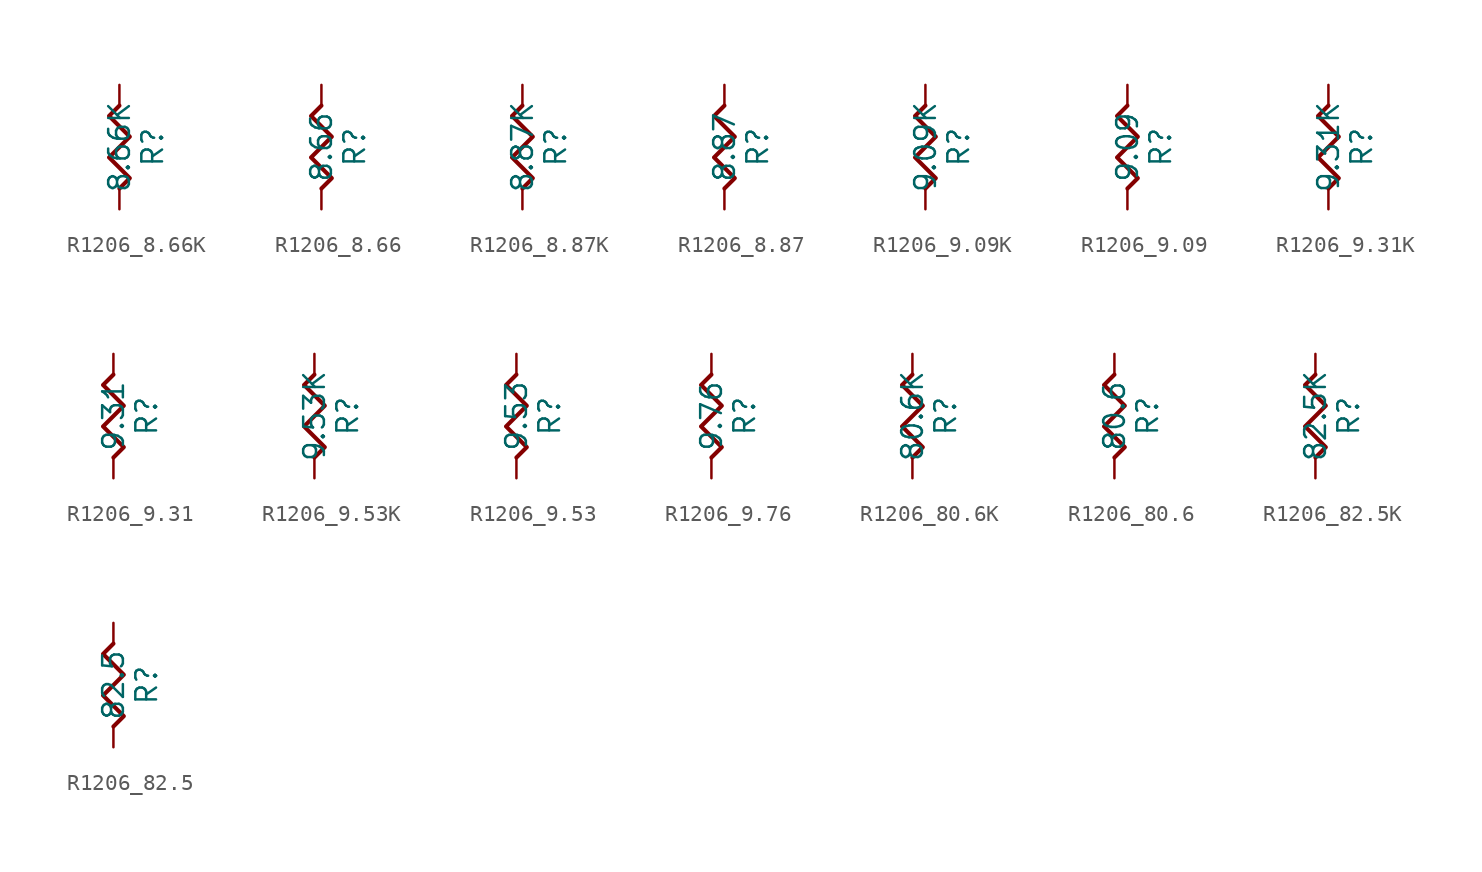
<source format=kicad_sym>
(kicad_symbol_lib
  (version 20211014)
  (generator atlantix-eda)
  (symbol "R1206_8.66K"
    (pin_numbers hide)
    (pin_names
      (offset 0))
    (property "Reference" "R"
      (at 2.032 0 90)
      (effects (font (size 1.27 1.27))))
    (property "Value" "8.66K"
      (at 0 0 90)
      (effects (font (size 1.27 1.27))))
    (symbol "R1206_8.66K_0_1"
      (polyline (pts (xy 0 -2.54) (xy 0.635 -1.905) (xy -0.635 -0.635) (xy 0.635 0.635) (xy -0.635 1.905) (xy 0 2.54)) (stroke (width 0.254) (type default) (color 0 0 0 0)) (fill (type none))))
    (symbol "R1206_8.66K_1_1"
      (pin passive line (at 0 3.81 270) (length 1.27) (name "~" (effects (font (size 1.27 1.27)))) (number "1" (effects (font (size 1.27 1.27)))))
      (pin passive line (at 0 -3.81 90) (length 1.27) (name "~" (effects (font (size 1.27 1.27)))) (number "2" (effects (font (size 1.27 1.27)))))))
  (symbol "R1206_8.66"
    (pin_numbers hide)
    (pin_names
      (offset 0))
    (property "Reference" "R"
      (at 2.032 0 90)
      (effects (font (size 1.27 1.27))))
    (property "Value" "8.66"
      (at 0 0 90)
      (effects (font (size 1.27 1.27))))
    (symbol "R1206_8.66_0_1"
      (polyline (pts (xy 0 -2.54) (xy 0.635 -1.905) (xy -0.635 -0.635) (xy 0.635 0.635) (xy -0.635 1.905) (xy 0 2.54)) (stroke (width 0.254) (type default) (color 0 0 0 0)) (fill (type none))))
    (symbol "R1206_8.66_1_1"
      (pin passive line (at 0 3.81 270) (length 1.27) (name "~" (effects (font (size 1.27 1.27)))) (number "1" (effects (font (size 1.27 1.27)))))
      (pin passive line (at 0 -3.81 90) (length 1.27) (name "~" (effects (font (size 1.27 1.27)))) (number "2" (effects (font (size 1.27 1.27)))))))
  (symbol "R1206_8.87K"
    (pin_numbers hide)
    (pin_names
      (offset 0))
    (property "Reference" "R"
      (at 2.032 0 90)
      (effects (font (size 1.27 1.27))))
    (property "Value" "8.87K"
      (at 0 0 90)
      (effects (font (size 1.27 1.27))))
    (symbol "R1206_8.87K_0_1"
      (polyline (pts (xy 0 -2.54) (xy 0.635 -1.905) (xy -0.635 -0.635) (xy 0.635 0.635) (xy -0.635 1.905) (xy 0 2.54)) (stroke (width 0.254) (type default) (color 0 0 0 0)) (fill (type none))))
    (symbol "R1206_8.87K_1_1"
      (pin passive line (at 0 3.81 270) (length 1.27) (name "~" (effects (font (size 1.27 1.27)))) (number "1" (effects (font (size 1.27 1.27)))))
      (pin passive line (at 0 -3.81 90) (length 1.27) (name "~" (effects (font (size 1.27 1.27)))) (number "2" (effects (font (size 1.27 1.27)))))))
  (symbol "R1206_8.87"
    (pin_numbers hide)
    (pin_names
      (offset 0))
    (property "Reference" "R"
      (at 2.032 0 90)
      (effects (font (size 1.27 1.27))))
    (property "Value" "8.87"
      (at 0 0 90)
      (effects (font (size 1.27 1.27))))
    (symbol "R1206_8.87_0_1"
      (polyline (pts (xy 0 -2.54) (xy 0.635 -1.905) (xy -0.635 -0.635) (xy 0.635 0.635) (xy -0.635 1.905) (xy 0 2.54)) (stroke (width 0.254) (type default) (color 0 0 0 0)) (fill (type none))))
    (symbol "R1206_8.87_1_1"
      (pin passive line (at 0 3.81 270) (length 1.27) (name "~" (effects (font (size 1.27 1.27)))) (number "1" (effects (font (size 1.27 1.27)))))
      (pin passive line (at 0 -3.81 90) (length 1.27) (name "~" (effects (font (size 1.27 1.27)))) (number "2" (effects (font (size 1.27 1.27)))))))
  (symbol "R1206_9.09K"
    (pin_numbers hide)
    (pin_names
      (offset 0))
    (property "Reference" "R"
      (at 2.032 0 90)
      (effects (font (size 1.27 1.27))))
    (property "Value" "9.09K"
      (at 0 0 90)
      (effects (font (size 1.27 1.27))))
    (symbol "R1206_9.09K_0_1"
      (polyline (pts (xy 0 -2.54) (xy 0.635 -1.905) (xy -0.635 -0.635) (xy 0.635 0.635) (xy -0.635 1.905) (xy 0 2.54)) (stroke (width 0.254) (type default) (color 0 0 0 0)) (fill (type none))))
    (symbol "R1206_9.09K_1_1"
      (pin passive line (at 0 3.81 270) (length 1.27) (name "~" (effects (font (size 1.27 1.27)))) (number "1" (effects (font (size 1.27 1.27)))))
      (pin passive line (at 0 -3.81 90) (length 1.27) (name "~" (effects (font (size 1.27 1.27)))) (number "2" (effects (font (size 1.27 1.27)))))))
  (symbol "R1206_9.09"
    (pin_numbers hide)
    (pin_names
      (offset 0))
    (property "Reference" "R"
      (at 2.032 0 90)
      (effects (font (size 1.27 1.27))))
    (property "Value" "9.09"
      (at 0 0 90)
      (effects (font (size 1.27 1.27))))
    (symbol "R1206_9.09_0_1"
      (polyline (pts (xy 0 -2.54) (xy 0.635 -1.905) (xy -0.635 -0.635) (xy 0.635 0.635) (xy -0.635 1.905) (xy 0 2.54)) (stroke (width 0.254) (type default) (color 0 0 0 0)) (fill (type none))))
    (symbol "R1206_9.09_1_1"
      (pin passive line (at 0 3.81 270) (length 1.27) (name "~" (effects (font (size 1.27 1.27)))) (number "1" (effects (font (size 1.27 1.27)))))
      (pin passive line (at 0 -3.81 90) (length 1.27) (name "~" (effects (font (size 1.27 1.27)))) (number "2" (effects (font (size 1.27 1.27)))))))
  (symbol "R1206_9.31K"
    (pin_numbers hide)
    (pin_names
      (offset 0))
    (property "Reference" "R"
      (at 2.032 0 90)
      (effects (font (size 1.27 1.27))))
    (property "Value" "9.31K"
      (at 0 0 90)
      (effects (font (size 1.27 1.27))))
    (symbol "R1206_9.31K_0_1"
      (polyline (pts (xy 0 -2.54) (xy 0.635 -1.905) (xy -0.635 -0.635) (xy 0.635 0.635) (xy -0.635 1.905) (xy 0 2.54)) (stroke (width 0.254) (type default) (color 0 0 0 0)) (fill (type none))))
    (symbol "R1206_9.31K_1_1"
      (pin passive line (at 0 3.81 270) (length 1.27) (name "~" (effects (font (size 1.27 1.27)))) (number "1" (effects (font (size 1.27 1.27)))))
      (pin passive line (at 0 -3.81 90) (length 1.27) (name "~" (effects (font (size 1.27 1.27)))) (number "2" (effects (font (size 1.27 1.27)))))))
  (symbol "R1206_9.31"
    (pin_numbers hide)
    (pin_names
      (offset 0))
    (property "Reference" "R"
      (at 2.032 0 90)
      (effects (font (size 1.27 1.27))))
    (property "Value" "9.31"
      (at 0 0 90)
      (effects (font (size 1.27 1.27))))
    (symbol "R1206_9.31_0_1"
      (polyline (pts (xy 0 -2.54) (xy 0.635 -1.905) (xy -0.635 -0.635) (xy 0.635 0.635) (xy -0.635 1.905) (xy 0 2.54)) (stroke (width 0.254) (type default) (color 0 0 0 0)) (fill (type none))))
    (symbol "R1206_9.31_1_1"
      (pin passive line (at 0 3.81 270) (length 1.27) (name "~" (effects (font (size 1.27 1.27)))) (number "1" (effects (font (size 1.27 1.27)))))
      (pin passive line (at 0 -3.81 90) (length 1.27) (name "~" (effects (font (size 1.27 1.27)))) (number "2" (effects (font (size 1.27 1.27)))))))
  (symbol "R1206_9.53K"
    (pin_numbers hide)
    (pin_names
      (offset 0))
    (property "Reference" "R"
      (at 2.032 0 90)
      (effects (font (size 1.27 1.27))))
    (property "Value" "9.53K"
      (at 0 0 90)
      (effects (font (size 1.27 1.27))))
    (symbol "R1206_9.53K_0_1"
      (polyline (pts (xy 0 -2.54) (xy 0.635 -1.905) (xy -0.635 -0.635) (xy 0.635 0.635) (xy -0.635 1.905) (xy 0 2.54)) (stroke (width 0.254) (type default) (color 0 0 0 0)) (fill (type none))))
    (symbol "R1206_9.53K_1_1"
      (pin passive line (at 0 3.81 270) (length 1.27) (name "~" (effects (font (size 1.27 1.27)))) (number "1" (effects (font (size 1.27 1.27)))))
      (pin passive line (at 0 -3.81 90) (length 1.27) (name "~" (effects (font (size 1.27 1.27)))) (number "2" (effects (font (size 1.27 1.27)))))))
  (symbol "R1206_9.53"
    (pin_numbers hide)
    (pin_names
      (offset 0))
    (property "Reference" "R"
      (at 2.032 0 90)
      (effects (font (size 1.27 1.27))))
    (property "Value" "9.53"
      (at 0 0 90)
      (effects (font (size 1.27 1.27))))
    (symbol "R1206_9.53_0_1"
      (polyline (pts (xy 0 -2.54) (xy 0.635 -1.905) (xy -0.635 -0.635) (xy 0.635 0.635) (xy -0.635 1.905) (xy 0 2.54)) (stroke (width 0.254) (type default) (color 0 0 0 0)) (fill (type none))))
    (symbol "R1206_9.53_1_1"
      (pin passive line (at 0 3.81 270) (length 1.27) (name "~" (effects (font (size 1.27 1.27)))) (number "1" (effects (font (size 1.27 1.27)))))
      (pin passive line (at 0 -3.81 90) (length 1.27) (name "~" (effects (font (size 1.27 1.27)))) (number "2" (effects (font (size 1.27 1.27)))))))
  (symbol "R1206_9.76"
    (pin_numbers hide)
    (pin_names
      (offset 0))
    (property "Reference" "R"
      (at 2.032 0 90)
      (effects (font (size 1.27 1.27))))
    (property "Value" "9.76"
      (at 0 0 90)
      (effects (font (size 1.27 1.27))))
    (symbol "R1206_9.76_0_1"
      (polyline (pts (xy 0 -2.54) (xy 0.635 -1.905) (xy -0.635 -0.635) (xy 0.635 0.635) (xy -0.635 1.905) (xy 0 2.54)) (stroke (width 0.254) (type default) (color 0 0 0 0)) (fill (type none))))
    (symbol "R1206_9.76_1_1"
      (pin passive line (at 0 3.81 270) (length 1.27) (name "~" (effects (font (size 1.27 1.27)))) (number "1" (effects (font (size 1.27 1.27)))))
      (pin passive line (at 0 -3.81 90) (length 1.27) (name "~" (effects (font (size 1.27 1.27)))) (number "2" (effects (font (size 1.27 1.27)))))))
  (symbol "R1206_80.6K"
    (pin_numbers hide)
    (pin_names
      (offset 0))
    (property "Reference" "R"
      (at 2.032 0 90)
      (effects (font (size 1.27 1.27))))
    (property "Value" "80.6K"
      (at 0 0 90)
      (effects (font (size 1.27 1.27))))
    (symbol "R1206_80.6K_0_1"
      (polyline (pts (xy 0 -2.54) (xy 0.635 -1.905) (xy -0.635 -0.635) (xy 0.635 0.635) (xy -0.635 1.905) (xy 0 2.54)) (stroke (width 0.254) (type default) (color 0 0 0 0)) (fill (type none))))
    (symbol "R1206_80.6K_1_1"
      (pin passive line (at 0 3.81 270) (length 1.27) (name "~" (effects (font (size 1.27 1.27)))) (number "1" (effects (font (size 1.27 1.27)))))
      (pin passive line (at 0 -3.81 90) (length 1.27) (name "~" (effects (font (size 1.27 1.27)))) (number "2" (effects (font (size 1.27 1.27)))))))
  (symbol "R1206_80.6"
    (pin_numbers hide)
    (pin_names
      (offset 0))
    (property "Reference" "R"
      (at 2.032 0 90)
      (effects (font (size 1.27 1.27))))
    (property "Value" "80.6"
      (at 0 0 90)
      (effects (font (size 1.27 1.27))))
    (symbol "R1206_80.6_0_1"
      (polyline (pts (xy 0 -2.54) (xy 0.635 -1.905) (xy -0.635 -0.635) (xy 0.635 0.635) (xy -0.635 1.905) (xy 0 2.54)) (stroke (width 0.254) (type default) (color 0 0 0 0)) (fill (type none))))
    (symbol "R1206_80.6_1_1"
      (pin passive line (at 0 3.81 270) (length 1.27) (name "~" (effects (font (size 1.27 1.27)))) (number "1" (effects (font (size 1.27 1.27)))))
      (pin passive line (at 0 -3.81 90) (length 1.27) (name "~" (effects (font (size 1.27 1.27)))) (number "2" (effects (font (size 1.27 1.27)))))))
  (symbol "R1206_82.5K"
    (pin_numbers hide)
    (pin_names
      (offset 0))
    (property "Reference" "R"
      (at 2.032 0 90)
      (effects (font (size 1.27 1.27))))
    (property "Value" "82.5K"
      (at 0 0 90)
      (effects (font (size 1.27 1.27))))
    (symbol "R1206_82.5K_0_1"
      (polyline (pts (xy 0 -2.54) (xy 0.635 -1.905) (xy -0.635 -0.635) (xy 0.635 0.635) (xy -0.635 1.905) (xy 0 2.54)) (stroke (width 0.254) (type default) (color 0 0 0 0)) (fill (type none))))
    (symbol "R1206_82.5K_1_1"
      (pin passive line (at 0 3.81 270) (length 1.27) (name "~" (effects (font (size 1.27 1.27)))) (number "1" (effects (font (size 1.27 1.27)))))
      (pin passive line (at 0 -3.81 90) (length 1.27) (name "~" (effects (font (size 1.27 1.27)))) (number "2" (effects (font (size 1.27 1.27)))))))
  (symbol "R1206_82.5"
    (pin_numbers hide)
    (pin_names
      (offset 0))
    (property "Reference" "R"
      (at 2.032 0 90)
      (effects (font (size 1.27 1.27))))
    (property "Value" "82.5"
      (at 0 0 90)
      (effects (font (size 1.27 1.27))))
    (symbol "R1206_82.5_0_1"
      (polyline (pts (xy 0 -2.54) (xy 0.635 -1.905) (xy -0.635 -0.635) (xy 0.635 0.635) (xy -0.635 1.905) (xy 0 2.54)) (stroke (width 0.254) (type default) (color 0 0 0 0)) (fill (type none))))
    (symbol "R1206_82.5_1_1"
      (pin passive line (at 0 3.81 270) (length 1.27) (name "~" (effects (font (size 1.27 1.27)))) (number "1" (effects (font (size 1.27 1.27)))))
      (pin passive line (at 0 -3.81 90) (length 1.27) (name "~" (effects (font (size 1.27 1.27)))) (number "2" (effects (font (size 1.27 1.27))))))))
</source>
